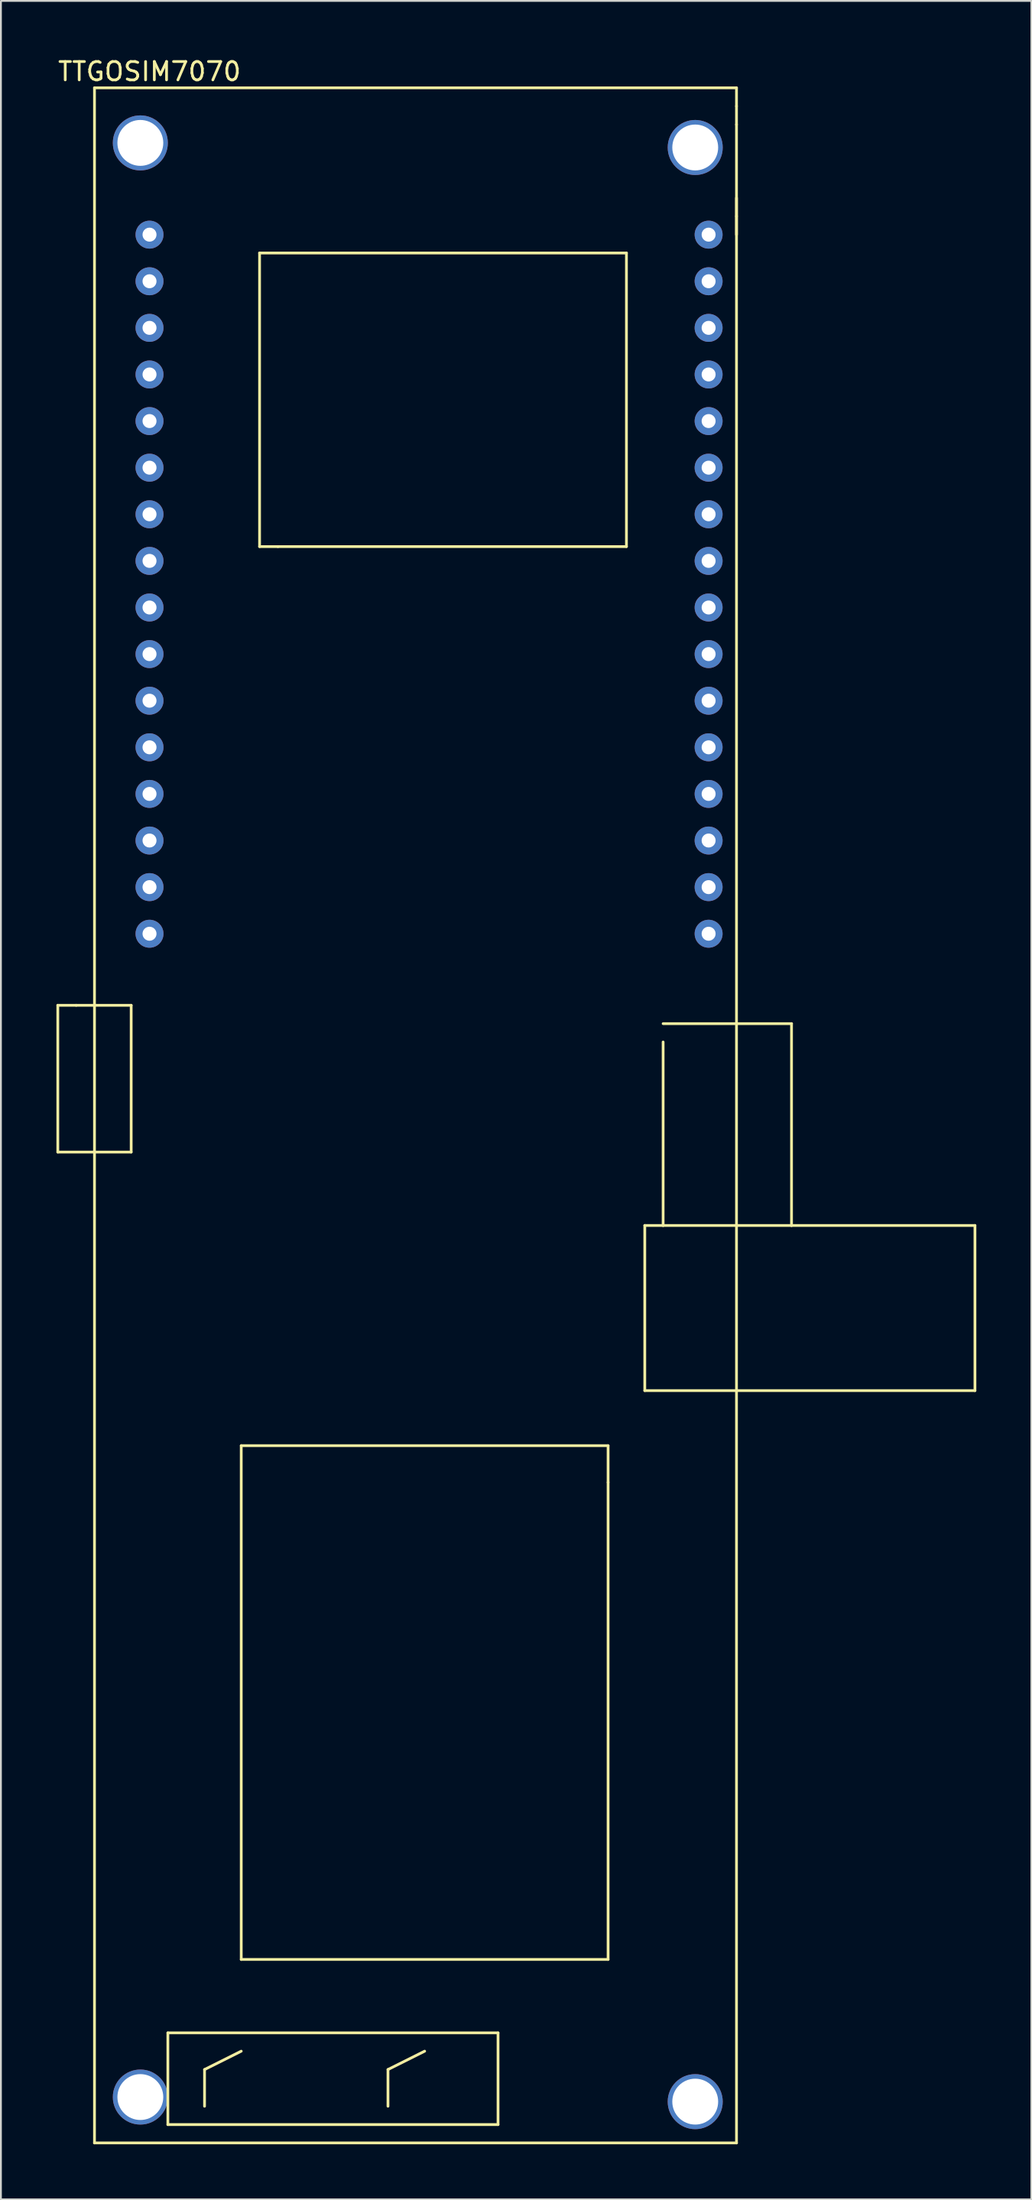
<source format=kicad_pcb>
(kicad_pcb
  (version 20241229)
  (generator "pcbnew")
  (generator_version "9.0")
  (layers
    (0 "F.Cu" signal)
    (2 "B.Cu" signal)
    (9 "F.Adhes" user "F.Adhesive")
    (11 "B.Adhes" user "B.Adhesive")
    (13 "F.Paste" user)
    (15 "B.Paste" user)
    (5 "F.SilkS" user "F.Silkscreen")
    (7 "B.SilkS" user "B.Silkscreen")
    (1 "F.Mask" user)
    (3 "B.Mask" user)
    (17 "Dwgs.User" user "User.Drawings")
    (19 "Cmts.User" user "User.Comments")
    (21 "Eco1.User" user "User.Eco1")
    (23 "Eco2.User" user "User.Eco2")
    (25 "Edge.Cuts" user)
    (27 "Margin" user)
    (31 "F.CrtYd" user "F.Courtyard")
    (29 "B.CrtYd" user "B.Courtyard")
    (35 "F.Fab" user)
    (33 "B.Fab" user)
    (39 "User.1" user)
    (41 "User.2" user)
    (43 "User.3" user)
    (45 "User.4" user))
  (footprint "TTGOSIM7070"
    (layer "F.Cu")
    (at 5.101 9.738)
    (property "Reference" "TTGOSIM7070" (at 0 -8.89 0) (layer "F.SilkS") (effects (font (size 1 1) (thickness 0.15))))
    (attr through_hole)
    (fp_line (start -5 42) (end -4 42) (stroke (width 0.15) (type solid)) (layer "F.SilkS"))
    (fp_line (start -5 50) (end -5 42) (stroke (width 0.15) (type solid)) (layer "F.SilkS"))
    (fp_line (start -4 42) (end -1 42) (stroke (width 0.15) (type solid)) (layer "F.SilkS"))
    (fp_line (start -3 104) (end -3 -8) (stroke (width 0.15) (type solid)) (layer "F.SilkS"))
    (fp_line (start -1 42) (end -1 50) (stroke (width 0.15) (type solid)) (layer "F.SilkS"))
    (fp_line (start -1 50) (end -5 50) (stroke (width 0.15) (type solid)) (layer "F.SilkS"))
    (fp_line (start 1 98) (end 19 98) (stroke (width 0.15) (type solid)) (layer "F.SilkS"))
    (fp_line (start 1 103) (end 1 98) (stroke (width 0.15) (type solid)) (layer "F.SilkS"))
    (fp_line (start 3 102) (end 3 100) (stroke (width 0.15) (type solid)) (layer "F.SilkS"))
    (fp_line (start 5 66) (end 5 94) (stroke (width 0.15) (type solid)) (layer "F.SilkS"))
    (fp_line (start 5 94) (end 25 94) (stroke (width 0.15) (type solid)) (layer "F.SilkS"))
    (fp_line (start 5 99) (end 3 100) (stroke (width 0.15) (type solid)) (layer "F.SilkS"))
    (fp_line (start 6 1) (end 26 1) (stroke (width 0.15) (type solid)) (layer "F.SilkS"))
    (fp_line (start 6 17) (end 6 1) (stroke (width 0.15) (type solid)) (layer "F.SilkS"))
    (fp_line (start 7 17) (end 6 17) (stroke (width 0.15) (type solid)) (layer "F.SilkS"))
    (fp_line (start 13 100) (end 13 102) (stroke (width 0.15) (type solid)) (layer "F.SilkS"))
    (fp_line (start 15 99) (end 13 100) (stroke (width 0.15) (type solid)) (layer "F.SilkS"))
    (fp_line (start 19 98) (end 19 103) (stroke (width 0.15) (type solid)) (layer "F.SilkS"))
    (fp_line (start 19 103) (end 1 103) (stroke (width 0.15) (type solid)) (layer "F.SilkS"))
    (fp_line (start 25 66) (end 5 66) (stroke (width 0.15) (type solid)) (layer "F.SilkS"))
    (fp_line (start 25 68) (end 25 66) (stroke (width 0.15) (type solid)) (layer "F.SilkS"))
    (fp_line (start 25 94) (end 25 68) (stroke (width 0.15) (type solid)) (layer "F.SilkS"))
    (fp_line (start 26 1) (end 26 17) (stroke (width 0.15) (type solid)) (layer "F.SilkS"))
    (fp_line (start 26 17) (end 7 17) (stroke (width 0.15) (type solid)) (layer "F.SilkS"))
    (fp_line (start 27 54) (end 28 54) (stroke (width 0.15) (type solid)) (layer "F.SilkS"))
    (fp_line (start 27 63) (end 27 54) (stroke (width 0.15) (type solid)) (layer "F.SilkS"))
    (fp_line (start 28 43) (end 35 43) (stroke (width 0.15) (type solid)) (layer "F.SilkS"))
    (fp_line (start 28 54) (end 28 44) (stroke (width 0.15) (type solid)) (layer "F.SilkS"))
    (fp_line (start 32 -8) (end -3 -8) (stroke (width 0.15) (type solid)) (layer "F.SilkS"))
    (fp_line (start 32 -7) (end 32 -8) (stroke (width 0.15) (type solid)) (layer "F.SilkS"))
    (fp_line (start 32 -6) (end 32 -7) (stroke (width 0.15) (type solid)) (layer "F.SilkS"))
    (fp_line (start 32 -6) (end 32 104) (stroke (width 0.15) (type solid)) (layer "F.SilkS"))
    (fp_line (start 32 -2) (end 32 -1) (stroke (width 0.15) (type solid)) (layer "F.SilkS"))
    (fp_line (start 32 -1) (end 32 0) (stroke (width 0.15) (type solid)) (layer "F.SilkS"))
    (fp_line (start 32 104) (end -3 104) (stroke (width 0.15) (type solid)) (layer "F.SilkS"))
    (fp_line (start 35 43) (end 35 54) (stroke (width 0.15) (type solid)) (layer "F.SilkS"))
    (fp_line (start 35 54) (end 28 54) (stroke (width 0.15) (type solid)) (layer "F.SilkS"))
    (fp_line (start 35 54) (end 45 54) (stroke (width 0.15) (type solid)) (layer "F.SilkS"))
    (fp_line (start 45 54) (end 45 63) (stroke (width 0.15) (type solid)) (layer "F.SilkS"))
    (fp_line (start 45 63) (end 27 63) (stroke (width 0.15) (type solid)) (layer "F.SilkS"))
    (pad "" thru_hole circle (at -0.5 -5) (size 3 3) (drill 2.5) (layers "*.Cu" "*.Mask"))
    (pad "" thru_hole circle (at -0.5 101.5) (size 3 3) (drill 2.5) (layers "*.Cu" "*.Mask"))
    (pad "" thru_hole circle (at 29.75 -4.75) (size 3 3) (drill 2.5) (layers "*.Cu" "*.Mask"))
    (pad "" thru_hole circle (at 29.75 101.75) (size 3 3) (drill 2.5) (layers "*.Cu" "*.Mask"))
    (pad "1" thru_hole circle (at 0 0) (size 1.524 1.524) (drill 0.762) (layers "*.Cu" "*.Mask"))
    (pad "2" thru_hole circle (at 0 2.54) (size 1.524 1.524) (drill 0.762) (layers "*.Cu" "*.Mask"))
    (pad "3" thru_hole circle (at 0 5.08) (size 1.524 1.524) (drill 0.762) (layers "*.Cu" "*.Mask"))
    (pad "4" thru_hole circle (at 0 7.62) (size 1.524 1.524) (drill 0.762) (layers "*.Cu" "*.Mask"))
    (pad "5" thru_hole circle (at 0 10.16) (size 1.524 1.524) (drill 0.762) (layers "*.Cu" "*.Mask"))
    (pad "6" thru_hole circle (at 0 12.7) (size 1.524 1.524) (drill 0.762) (layers "*.Cu" "*.Mask"))
    (pad "7" thru_hole circle (at 0 15.24) (size 1.524 1.524) (drill 0.762) (layers "*.Cu" "*.Mask"))
    (pad "8" thru_hole circle (at 0 17.78) (size 1.524 1.524) (drill 0.762) (layers "*.Cu" "*.Mask"))
    (pad "9" thru_hole circle (at 0 20.32) (size 1.524 1.524) (drill 0.762) (layers "*.Cu" "*.Mask"))
    (pad "10" thru_hole circle (at 0 22.86) (size 1.524 1.524) (drill 0.762) (layers "*.Cu" "*.Mask"))
    (pad "11" thru_hole circle (at 0 25.4) (size 1.524 1.524) (drill 0.762) (layers "*.Cu" "*.Mask"))
    (pad "12" thru_hole circle (at 0 27.94) (size 1.524 1.524) (drill 0.762) (layers "*.Cu" "*.Mask"))
    (pad "13" thru_hole circle (at 0 30.48) (size 1.524 1.524) (drill 0.762) (layers "*.Cu" "*.Mask"))
    (pad "14" thru_hole circle (at 0 33.02) (size 1.524 1.524) (drill 0.762) (layers "*.Cu" "*.Mask"))
    (pad "15" thru_hole circle (at 0 35.56) (size 1.524 1.524) (drill 0.762) (layers "*.Cu" "*.Mask"))
    (pad "16" thru_hole circle (at 0 38.1) (size 1.524 1.524) (drill 0.762) (layers "*.Cu" "*.Mask"))
    (pad "17" thru_hole circle (at 30.48 0) (size 1.524 1.524) (drill 0.762) (layers "*.Cu" "*.Mask"))
    (pad "18" thru_hole circle (at 30.48 2.54) (size 1.524 1.524) (drill 0.762) (layers "*.Cu" "*.Mask"))
    (pad "19" thru_hole circle (at 30.48 5.08) (size 1.524 1.524) (drill 0.762) (layers "*.Cu" "*.Mask"))
    (pad "20" thru_hole circle (at 30.48 7.62) (size 1.524 1.524) (drill 0.762) (layers "*.Cu" "*.Mask"))
    (pad "21" thru_hole circle (at 30.48 10.16) (size 1.524 1.524) (drill 0.762) (layers "*.Cu" "*.Mask"))
    (pad "22" thru_hole circle (at 30.48 12.7) (size 1.524 1.524) (drill 0.762) (layers "*.Cu" "*.Mask"))
    (pad "23" thru_hole circle (at 30.48 15.24) (size 1.524 1.524) (drill 0.762) (layers "*.Cu" "*.Mask"))
    (pad "24" thru_hole circle (at 30.48 17.78) (size 1.524 1.524) (drill 0.762) (layers "*.Cu" "*.Mask"))
    (pad "25" thru_hole circle (at 30.48 20.32) (size 1.524 1.524) (drill 0.762) (layers "*.Cu" "*.Mask"))
    (pad "26" thru_hole circle (at 30.48 22.86) (size 1.524 1.524) (drill 0.762) (layers "*.Cu" "*.Mask"))
    (pad "27" thru_hole circle (at 30.48 25.4) (size 1.524 1.524) (drill 0.762) (layers "*.Cu" "*.Mask"))
    (pad "28" thru_hole circle (at 30.48 27.94) (size 1.524 1.524) (drill 0.762) (layers "*.Cu" "*.Mask"))
    (pad "29" thru_hole circle (at 30.48 30.48) (size 1.524 1.524) (drill 0.762) (layers "*.Cu" "*.Mask"))
    (pad "30" thru_hole circle (at 30.48 33.02) (size 1.524 1.524) (drill 0.762) (layers "*.Cu" "*.Mask"))
    (pad "31" thru_hole circle (at 30.48 35.56) (size 1.524 1.524) (drill 0.762) (layers "*.Cu" "*.Mask"))
    (pad "32" thru_hole circle (at 30.48 38.1) (size 1.524 1.524) (drill 0.762) (layers "*.Cu" "*.Mask")))
  (gr_rect
    (start -3 -3)
    (end 53.176 116.813)
    (stroke (width 0.1) (type default))
    (fill no)
    (layer "Edge.Cuts")))
</source>
